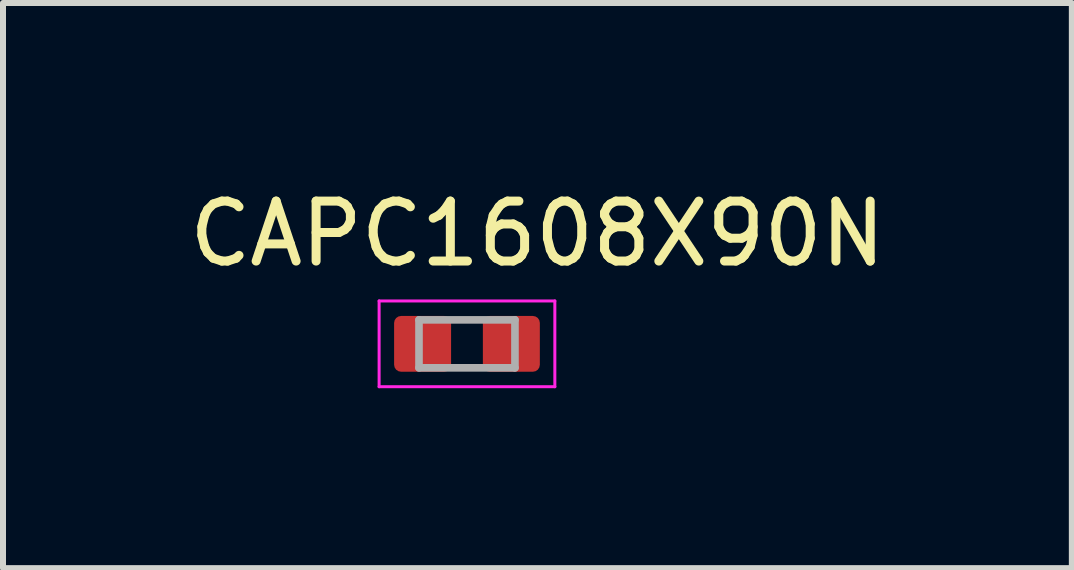
<source format=kicad_pcb>
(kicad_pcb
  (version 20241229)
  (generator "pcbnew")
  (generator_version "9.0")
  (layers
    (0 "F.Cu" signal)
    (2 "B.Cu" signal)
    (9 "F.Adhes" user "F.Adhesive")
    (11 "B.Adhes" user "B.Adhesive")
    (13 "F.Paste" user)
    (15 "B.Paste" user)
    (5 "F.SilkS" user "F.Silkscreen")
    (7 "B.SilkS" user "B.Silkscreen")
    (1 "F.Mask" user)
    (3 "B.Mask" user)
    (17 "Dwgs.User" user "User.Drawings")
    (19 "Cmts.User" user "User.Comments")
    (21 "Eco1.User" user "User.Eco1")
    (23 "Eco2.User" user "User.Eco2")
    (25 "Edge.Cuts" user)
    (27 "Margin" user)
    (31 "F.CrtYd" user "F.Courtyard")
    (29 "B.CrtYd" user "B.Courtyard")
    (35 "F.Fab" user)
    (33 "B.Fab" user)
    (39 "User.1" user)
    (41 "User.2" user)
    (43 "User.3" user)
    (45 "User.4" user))
  (footprint "CAPC1608X90N"
    (layer "F.Cu")
    (at 4.736 2.683)
    (property "Reference" "CAPC1608X90N" (at 1.175 -1.835 0) (layer "F.SilkS") (effects (font (size 1 1) (thickness 0.15))))
    (attr smd)
    (fp_line (start -1.465 -0.715) (end 1.465 -0.715) (stroke (width 0.05) (type solid)) (layer "F.CrtYd"))
    (fp_line (start -1.465 0.715) (end -1.465 -0.715) (stroke (width 0.05) (type solid)) (layer "F.CrtYd"))
    (fp_line (start 1.465 -0.715) (end 1.465 0.715) (stroke (width 0.05) (type solid)) (layer "F.CrtYd"))
    (fp_line (start 1.465 0.715) (end -1.465 0.715) (stroke (width 0.05) (type solid)) (layer "F.CrtYd"))
    (fp_line (start -0.8 -0.4) (end 0.8 -0.4) (stroke (width 0.127) (type solid)) (layer "F.Fab"))
    (fp_line (start -0.8 0.4) (end -0.8 -0.4) (stroke (width 0.127) (type solid)) (layer "F.Fab"))
    (fp_line (start 0.8 -0.4) (end 0.8 0.4) (stroke (width 0.127) (type solid)) (layer "F.Fab"))
    (fp_line (start 0.8 0.4) (end -0.8 0.4) (stroke (width 0.127) (type solid)) (layer "F.Fab"))
    (pad "1" smd roundrect (at -0.74 0) (size 0.95 0.93) (layers "F.Cu" "F.Mask" "F.Paste") (roundrect_rratio 0.125))
    (pad "2" smd roundrect (at 0.74 0) (size 0.95 0.93) (layers "F.Cu" "F.Mask" "F.Paste") (roundrect_rratio 0.125)))
  (gr_rect
    (start -3 -3)
    (end 14.821 6.423)
    (stroke (width 0.1) (type default))
    (fill no)
    (layer "Edge.Cuts")))
</source>
